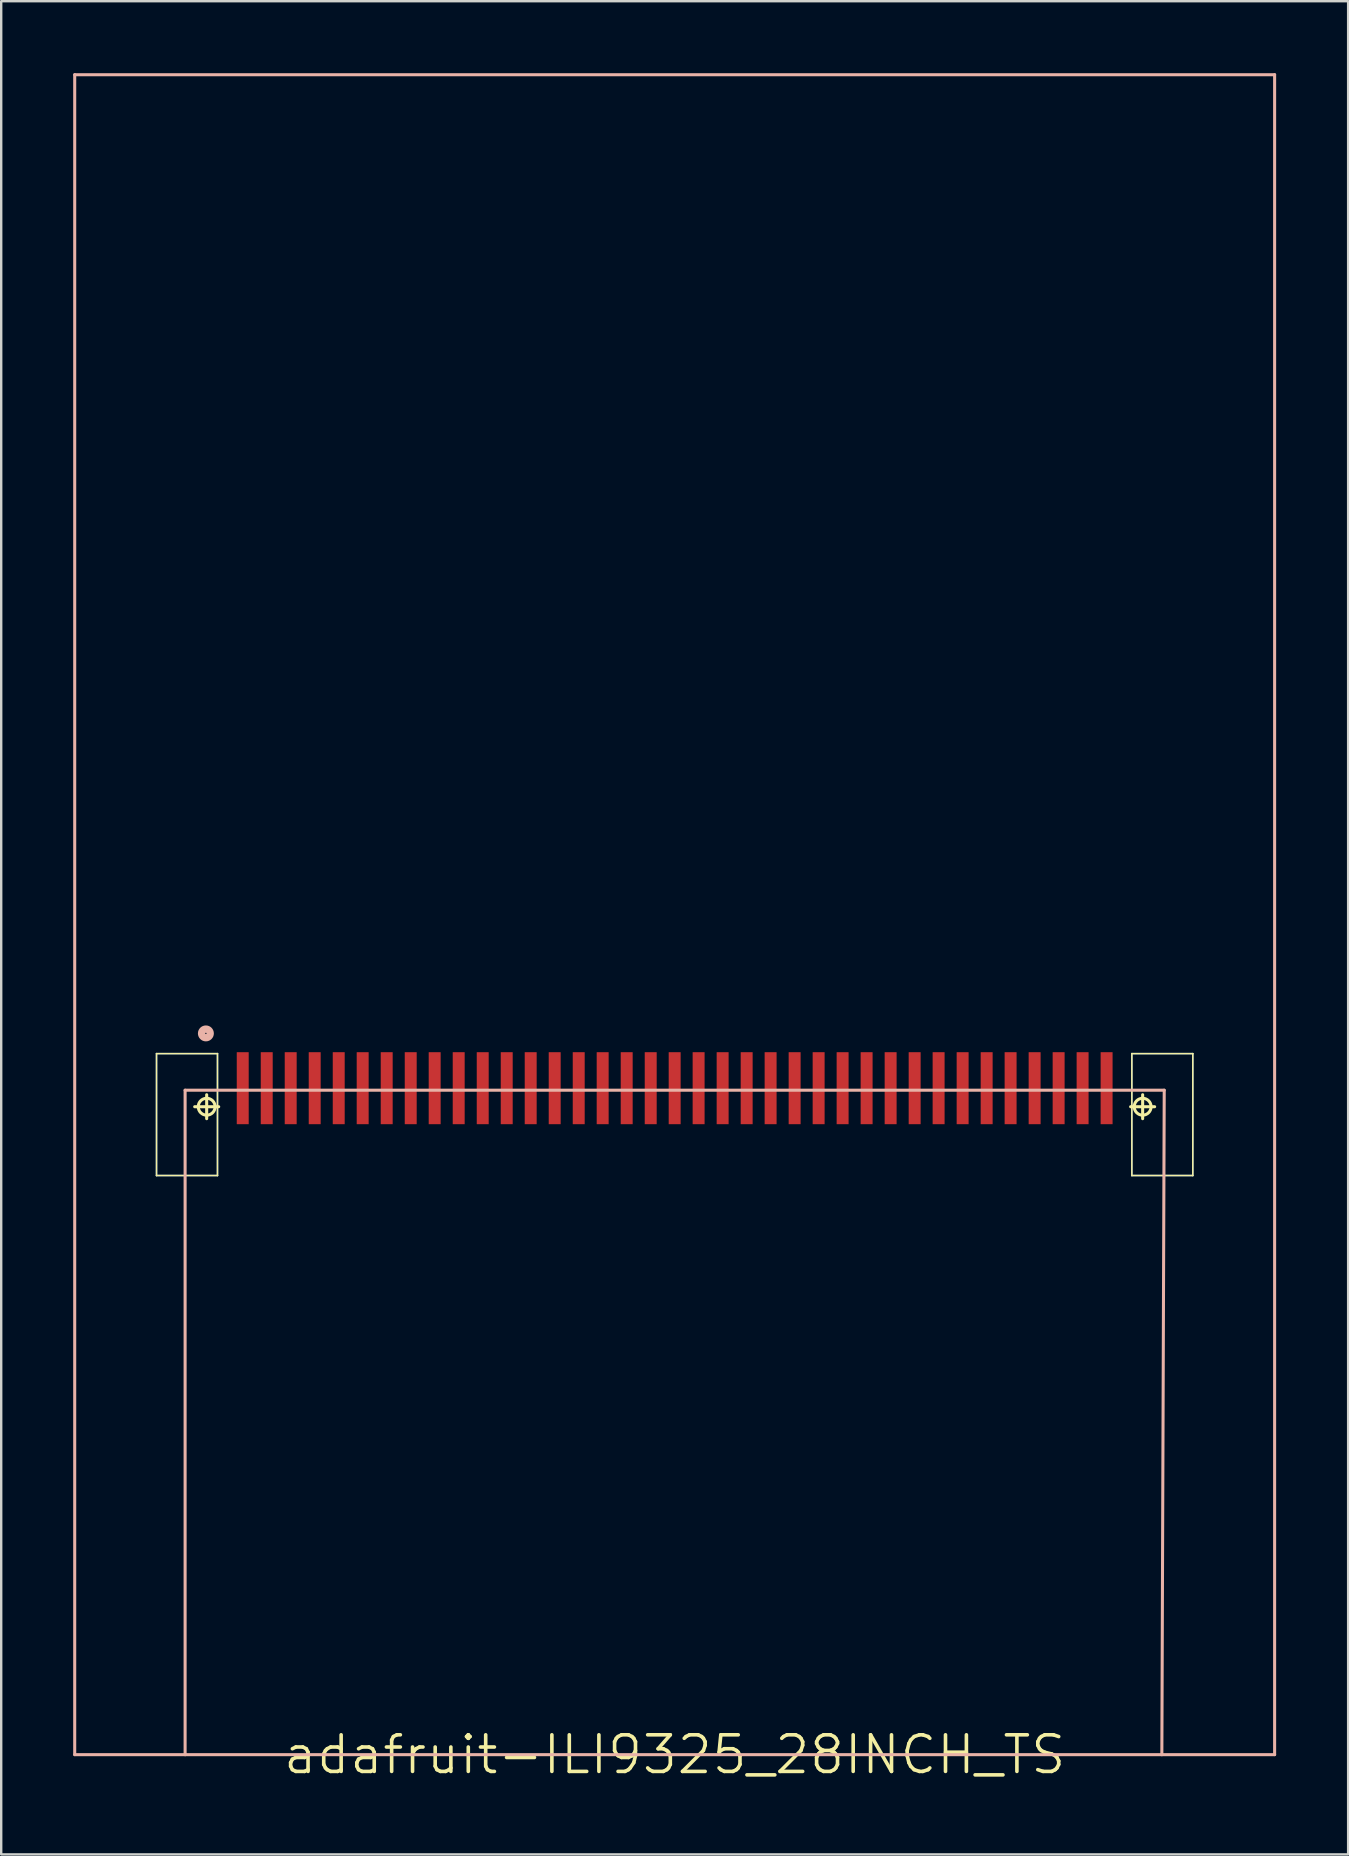
<source format=kicad_pcb>
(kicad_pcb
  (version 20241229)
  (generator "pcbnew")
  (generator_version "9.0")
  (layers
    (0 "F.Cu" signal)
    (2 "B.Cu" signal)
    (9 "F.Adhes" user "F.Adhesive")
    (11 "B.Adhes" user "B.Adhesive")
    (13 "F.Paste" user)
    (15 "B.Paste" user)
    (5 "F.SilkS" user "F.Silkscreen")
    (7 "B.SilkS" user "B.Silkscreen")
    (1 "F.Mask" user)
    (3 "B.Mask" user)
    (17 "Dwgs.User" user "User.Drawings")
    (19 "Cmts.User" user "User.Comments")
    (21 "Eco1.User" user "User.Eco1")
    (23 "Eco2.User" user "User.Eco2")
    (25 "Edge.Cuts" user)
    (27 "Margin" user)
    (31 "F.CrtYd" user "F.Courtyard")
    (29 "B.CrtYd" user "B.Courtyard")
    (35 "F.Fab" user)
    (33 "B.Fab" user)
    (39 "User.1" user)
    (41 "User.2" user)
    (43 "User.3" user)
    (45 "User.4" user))
  (footprint "adafruit-ILI9325_28INCH_TS"
    (layer "F.Cu")
    (at 25.062 70.063)
    (property "Reference" "adafruit-ILI9325_28INCH_TS" (at 0 0 0) (layer "F.SilkS") (effects (font (size 1.524 1.524) (thickness 0.15))))
    (attr smd)
    (fp_line (start -21.59 -29.21) (end -19.05 -29.21) (stroke (width 0.066) (type solid)) (layer "B.Cu"))
    (fp_line (start -21.59 -24.13) (end -21.59 -29.21) (stroke (width 0.066) (type solid)) (layer "B.Cu"))
    (fp_line (start -21.59 -24.13) (end -19.05 -24.13) (stroke (width 0.066) (type solid)) (layer "B.Cu"))
    (fp_line (start -19.05 -24.13) (end -19.05 -29.21) (stroke (width 0.066) (type solid)) (layer "B.Cu"))
    (fp_line (start 19.05 -29.21) (end 21.59 -29.21) (stroke (width 0.066) (type solid)) (layer "B.Cu"))
    (fp_line (start 19.05 -24.13) (end 19.05 -29.21) (stroke (width 0.066) (type solid)) (layer "B.Cu"))
    (fp_line (start 19.05 -24.13) (end 21.59 -24.13) (stroke (width 0.066) (type solid)) (layer "B.Cu"))
    (fp_line (start 21.59 -24.13) (end 21.59 -29.21) (stroke (width 0.066) (type solid)) (layer "B.Cu"))
    (fp_line (start -21.59 -29.21) (end -19.05 -29.21) (stroke (width 0.066) (type solid)) (layer "F.SilkS"))
    (fp_line (start -21.59 -24.13) (end -21.59 -29.21) (stroke (width 0.066) (type solid)) (layer "F.SilkS"))
    (fp_line (start -21.59 -24.13) (end -19.05 -24.13) (stroke (width 0.066) (type solid)) (layer "F.SilkS"))
    (fp_line (start -20 -26.998) (end -18.999 -26.998) (stroke (width 0.127) (type solid)) (layer "F.SilkS"))
    (fp_line (start -19.5 -26.5) (end -19.5 -27.498) (stroke (width 0.127) (type solid)) (layer "F.SilkS"))
    (fp_line (start -19.05 -24.13) (end -19.05 -29.21) (stroke (width 0.066) (type solid)) (layer "F.SilkS"))
    (fp_line (start 18.999 -26.998) (end 20 -26.998) (stroke (width 0.127) (type solid)) (layer "F.SilkS"))
    (fp_line (start 19.05 -29.21) (end 21.59 -29.21) (stroke (width 0.066) (type solid)) (layer "F.SilkS"))
    (fp_line (start 19.05 -24.13) (end 19.05 -29.21) (stroke (width 0.066) (type solid)) (layer "F.SilkS"))
    (fp_line (start 19.05 -24.13) (end 21.59 -24.13) (stroke (width 0.066) (type solid)) (layer "F.SilkS"))
    (fp_line (start 19.5 -26.5) (end 19.5 -27.498) (stroke (width 0.127) (type solid)) (layer "F.SilkS"))
    (fp_line (start 21.59 -24.13) (end 21.59 -29.21) (stroke (width 0.066) (type solid)) (layer "F.SilkS"))
    (fp_circle (center -19.5 -26.998) (end -19.748 -27.247) (stroke (width 0.127) (type solid)) (fill no) (layer "F.SilkS"))
    (fp_circle (center 19.5 -26.998) (end 19.748 -27.247) (stroke (width 0.127) (type solid)) (fill no) (layer "F.SilkS"))
    (fp_line (start -24.999 -70) (end 24.999 -70) (stroke (width 0.127) (type solid)) (layer "B.SilkS"))
    (fp_line (start -24.999 0) (end -24.999 -70) (stroke (width 0.127) (type solid)) (layer "B.SilkS"))
    (fp_line (start -20.399 -27.686) (end 20.399 -27.686) (stroke (width 0.127) (type solid)) (layer "B.SilkS"))
    (fp_line (start -20.399 0) (end -24.999 0) (stroke (width 0.127) (type solid)) (layer "B.SilkS"))
    (fp_line (start -20.399 0) (end -20.399 -27.686) (stroke (width 0.127) (type solid)) (layer "B.SilkS"))
    (fp_line (start 20.3 0) (end -20.399 0) (stroke (width 0.127) (type solid)) (layer "B.SilkS"))
    (fp_line (start 20.399 -27.686) (end 20.3 0) (stroke (width 0.127) (type solid)) (layer "B.SilkS"))
    (fp_line (start 24.999 -70) (end 24.999 0) (stroke (width 0.127) (type solid)) (layer "B.SilkS"))
    (fp_line (start 24.999 0) (end 20.3 0) (stroke (width 0.127) (type solid)) (layer "B.SilkS"))
    (fp_circle (center -19.533 -30.053) (end -19.66 -30.18) (stroke (width 0.305) (type solid)) (fill no) (layer "B.SilkS"))
    (pad "1" smd rect (at -17.998 -27.77) (size 0.498 3) (layers "F.Cu" "F.Mask" "F.Paste"))
    (pad "2" smd rect (at -16.998 -27.77) (size 0.498 3) (layers "F.Cu" "F.Mask" "F.Paste"))
    (pad "3" smd rect (at -15.999 -27.77) (size 0.498 3) (layers "F.Cu" "F.Mask" "F.Paste"))
    (pad "4" smd rect (at -14.999 -27.77) (size 0.498 3) (layers "F.Cu" "F.Mask" "F.Paste"))
    (pad "5" smd rect (at -13.998 -27.77) (size 0.498 3) (layers "F.Cu" "F.Mask" "F.Paste"))
    (pad "6" smd rect (at -13 -27.77) (size 0.498 3) (layers "F.Cu" "F.Mask" "F.Paste"))
    (pad "7" smd rect (at -11.999 -27.77) (size 0.498 3) (layers "F.Cu" "F.Mask" "F.Paste"))
    (pad "8" smd rect (at -10.998 -27.77) (size 0.498 3) (layers "F.Cu" "F.Mask" "F.Paste"))
    (pad "9" smd rect (at -10 -27.77) (size 0.498 3) (layers "F.Cu" "F.Mask" "F.Paste"))
    (pad "10" smd rect (at -8.999 -27.77) (size 0.498 3) (layers "F.Cu" "F.Mask" "F.Paste"))
    (pad "11" smd rect (at -7.998 -27.77) (size 0.498 3) (layers "F.Cu" "F.Mask" "F.Paste"))
    (pad "12" smd rect (at -6.998 -27.77) (size 0.498 3) (layers "F.Cu" "F.Mask" "F.Paste"))
    (pad "13" smd rect (at -5.999 -27.77) (size 0.498 3) (layers "F.Cu" "F.Mask" "F.Paste"))
    (pad "14" smd rect (at -4.999 -27.77) (size 0.498 3) (layers "F.Cu" "F.Mask" "F.Paste"))
    (pad "15" smd rect (at -3.998 -27.77) (size 0.498 3) (layers "F.Cu" "F.Mask" "F.Paste"))
    (pad "16" smd rect (at -3 -27.77) (size 0.498 3) (layers "F.Cu" "F.Mask" "F.Paste"))
    (pad "17" smd rect (at -1.999 -27.77) (size 0.498 3) (layers "F.Cu" "F.Mask" "F.Paste"))
    (pad "18" smd rect (at -0.998 -27.77) (size 0.498 3) (layers "F.Cu" "F.Mask" "F.Paste"))
    (pad "19" smd rect (at 0 -27.77) (size 0.498 3) (layers "F.Cu" "F.Mask" "F.Paste"))
    (pad "20" smd rect (at 0.998 -27.77) (size 0.498 3) (layers "F.Cu" "F.Mask" "F.Paste"))
    (pad "21" smd rect (at 1.999 -27.77) (size 0.498 3) (layers "F.Cu" "F.Mask" "F.Paste"))
    (pad "22" smd rect (at 3 -27.77) (size 0.498 3) (layers "F.Cu" "F.Mask" "F.Paste"))
    (pad "23" smd rect (at 3.998 -27.77) (size 0.498 3) (layers "F.Cu" "F.Mask" "F.Paste"))
    (pad "24" smd rect (at 4.999 -27.77) (size 0.498 3) (layers "F.Cu" "F.Mask" "F.Paste"))
    (pad "25" smd rect (at 5.999 -27.77) (size 0.498 3) (layers "F.Cu" "F.Mask" "F.Paste"))
    (pad "26" smd rect (at 6.998 -27.77) (size 0.498 3) (layers "F.Cu" "F.Mask" "F.Paste"))
    (pad "27" smd rect (at 7.998 -27.77) (size 0.498 3) (layers "F.Cu" "F.Mask" "F.Paste"))
    (pad "28" smd rect (at 8.999 -27.77) (size 0.498 3) (layers "F.Cu" "F.Mask" "F.Paste"))
    (pad "29" smd rect (at 10 -27.77) (size 0.498 3) (layers "F.Cu" "F.Mask" "F.Paste"))
    (pad "30" smd rect (at 10.998 -27.77) (size 0.498 3) (layers "F.Cu" "F.Mask" "F.Paste"))
    (pad "31" smd rect (at 11.999 -27.77) (size 0.498 3) (layers "F.Cu" "F.Mask" "F.Paste"))
    (pad "32" smd rect (at 13 -27.77) (size 0.498 3) (layers "F.Cu" "F.Mask" "F.Paste"))
    (pad "33" smd rect (at 13.998 -27.77) (size 0.498 3) (layers "F.Cu" "F.Mask" "F.Paste"))
    (pad "34" smd rect (at 14.999 -27.77) (size 0.498 3) (layers "F.Cu" "F.Mask" "F.Paste"))
    (pad "35" smd rect (at 15.999 -27.77) (size 0.498 3) (layers "F.Cu" "F.Mask" "F.Paste"))
    (pad "36" smd rect (at 16.998 -27.77) (size 0.498 3) (layers "F.Cu" "F.Mask" "F.Paste"))
    (pad "37" smd rect (at 17.998 -27.77) (size 0.498 3) (layers "F.Cu" "F.Mask" "F.Paste")))
  (gr_rect
    (start -3 -3)
    (end 53.124 74.218)
    (stroke (width 0.1) (type default))
    (fill no)
    (layer "Edge.Cuts")))
</source>
